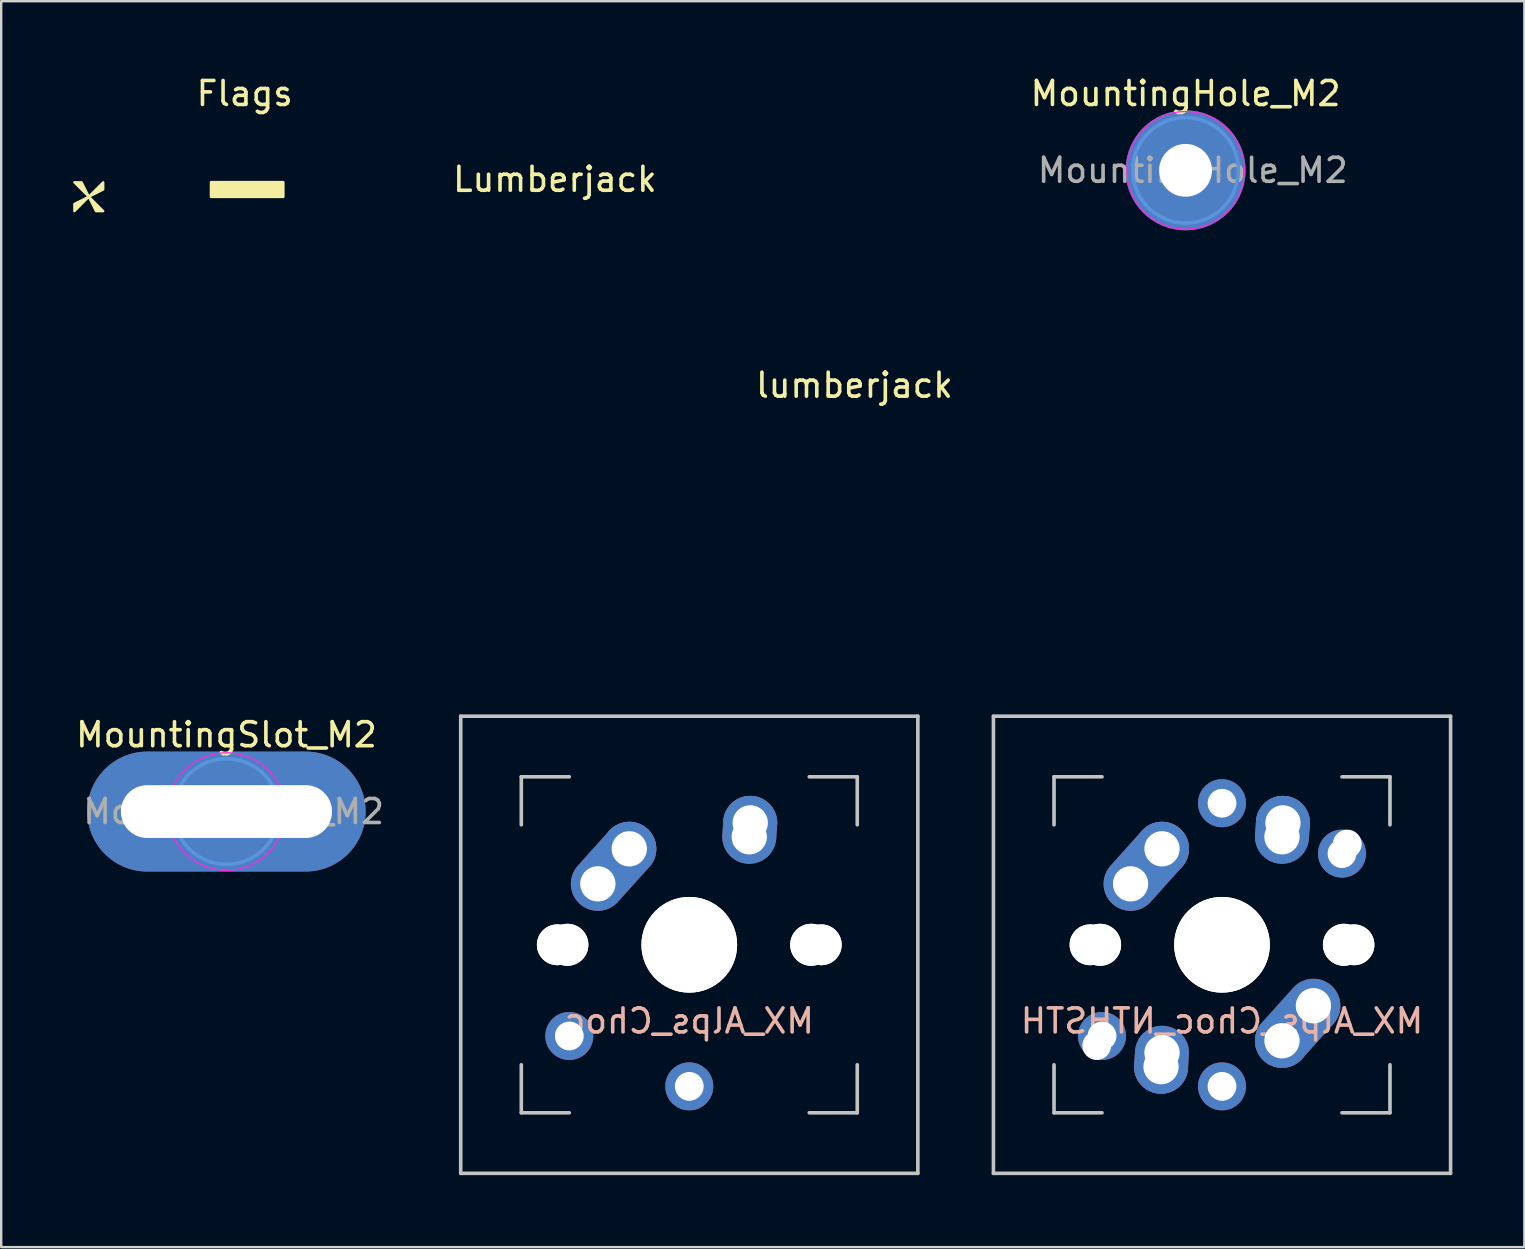
<source format=kicad_pcb>
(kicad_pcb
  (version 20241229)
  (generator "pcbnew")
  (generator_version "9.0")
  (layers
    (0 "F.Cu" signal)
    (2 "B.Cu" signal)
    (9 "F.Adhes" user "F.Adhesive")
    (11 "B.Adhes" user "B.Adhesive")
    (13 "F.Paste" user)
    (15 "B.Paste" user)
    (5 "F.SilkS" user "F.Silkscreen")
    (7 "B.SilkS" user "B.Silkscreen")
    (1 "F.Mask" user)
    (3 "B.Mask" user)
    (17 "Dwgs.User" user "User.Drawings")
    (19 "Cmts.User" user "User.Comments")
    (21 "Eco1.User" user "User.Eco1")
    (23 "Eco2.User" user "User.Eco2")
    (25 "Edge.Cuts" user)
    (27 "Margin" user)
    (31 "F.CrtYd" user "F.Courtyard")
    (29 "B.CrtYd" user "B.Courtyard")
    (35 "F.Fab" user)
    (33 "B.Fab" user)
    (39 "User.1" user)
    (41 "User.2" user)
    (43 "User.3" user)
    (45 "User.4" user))
  (footprint "MX_Alps_Choc"
    (layer "F.Cu")
    (at 25.674 36.322)
    (property "Reference" "MX_Alps_Choc" (at 0 3.175 0) (layer "B.SilkS") (effects (font (size 1 1) (thickness 0.15)) (justify mirror)))
    (attr through_hole)
    (fp_line (start -9.525 -9.525) (end 9.525 -9.525) (stroke (width 0.15) (type solid)) (layer "Dwgs.User"))
    (fp_line (start -9.525 9.525) (end -9.525 -9.525) (stroke (width 0.15) (type solid)) (layer "Dwgs.User"))
    (fp_line (start -7 -7) (end -7 -5) (stroke (width 0.15) (type solid)) (layer "Dwgs.User"))
    (fp_line (start -7 5) (end -7 7) (stroke (width 0.15) (type solid)) (layer "Dwgs.User"))
    (fp_line (start -7 7) (end -5 7) (stroke (width 0.15) (type solid)) (layer "Dwgs.User"))
    (fp_line (start -5 -7) (end -7 -7) (stroke (width 0.15) (type solid)) (layer "Dwgs.User"))
    (fp_line (start 5 -7) (end 7 -7) (stroke (width 0.15) (type solid)) (layer "Dwgs.User"))
    (fp_line (start 5 7) (end 7 7) (stroke (width 0.15) (type solid)) (layer "Dwgs.User"))
    (fp_line (start 7 -7) (end 7 -5) (stroke (width 0.15) (type solid)) (layer "Dwgs.User"))
    (fp_line (start 7 7) (end 7 5) (stroke (width 0.15) (type solid)) (layer "Dwgs.User"))
    (fp_line (start 9.525 -9.525) (end 9.525 9.525) (stroke (width 0.15) (type solid)) (layer "Dwgs.User"))
    (fp_line (start 9.525 9.525) (end -9.525 9.525) (stroke (width 0.15) (type solid)) (layer "Dwgs.User"))
    (pad "" np_thru_hole circle (at -5.5 0 48.1) (size 1.7 1.7) (drill 1.7) (layers "*.Cu" "*.Mask"))
    (pad "" np_thru_hole circle (at -5.5 0 228.1) (size 1.7 1.7) (drill 1.7) (layers "*.Cu" "*.Mask"))
    (pad "" np_thru_hole circle (at -5.08 0 48.1) (size 1.75 1.75) (drill 1.75) (layers "*.Cu" "*.Mask"))
    (pad "" np_thru_hole circle (at -5.08 0 228.1) (size 1.75 1.75) (drill 1.75) (layers "*.Cu" "*.Mask"))
    (pad "" np_thru_hole circle (at 0 0) (size 3.988 3.988) (drill 3.988) (layers "*.Cu" "*.Mask"))
    (pad "" np_thru_hole circle (at 0 0 180) (size 3.988 3.988) (drill 3.988) (layers "*.Cu" "*.Mask"))
    (pad "" np_thru_hole circle (at 5.08 0 228.1) (size 1.75 1.75) (drill 1.75) (layers "*.Cu" "*.Mask"))
    (pad "" np_thru_hole circle (at 5.08 0 48.1) (size 1.75 1.75) (drill 1.75) (layers "*.Cu" "*.Mask"))
    (pad "" np_thru_hole circle (at 5.5 0 228.1) (size 1.7 1.7) (drill 1.7) (layers "*.Cu" "*.Mask"))
    (pad "" np_thru_hole circle (at 5.5 0 48.1) (size 1.7 1.7) (drill 1.7) (layers "*.Cu" "*.Mask"))
    (pad "1" thru_hole circle (at -5 3.8 180) (size 2 2) (drill 1.2) (layers "*.Cu" "*.Mask"))
    (pad "1" thru_hole oval (at 2.5 -4.5 86.1) (size 2.831 2.25) (drill 1.47 (offset 0.291 0)) (layers "*.Cu" "*.Mask"))
    (pad "1" thru_hole circle (at 2.54 -5.08) (size 2.25 2.25) (drill 1.47) (layers "*.Cu" "*.Mask"))
    (pad "2" thru_hole oval (at -3.81 -2.54 48.1) (size 4.212 2.25) (drill 1.47 (offset 0.981 0)) (layers "*.Cu" "*.Mask"))
    (pad "2" thru_hole circle (at -2.5 -4) (size 2.25 2.25) (drill 1.47) (layers "*.Cu" "*.Mask"))
    (pad "2" thru_hole circle (at 0 5.9 180) (size 2 2) (drill 1.2) (layers "*.Cu" "*.Mask")))
  (footprint "MountingHole_M2"
    (layer "F.Cu")
    (at 46.356 4.048)
    (property "Reference" "MountingHole_M2" (at 0 -3.2 0) (layer "F.SilkS") (effects (font (size 1 1) (thickness 0.15))))
    (attr exclude_from_pos_files exclude_from_bom)
    (fp_circle (center 0 0) (end 2.2 0) (stroke (width 0.15) (type solid)) (fill no) (layer "Cmts.User"))
    (fp_circle (center 0 0) (end 2.45 0) (stroke (width 0.05) (type solid)) (fill no) (layer "F.CrtYd"))
    (fp_text user "${REFERENCE}" (at 0.3 0 0) (layer "F.Fab") (effects (font (size 1 1) (thickness 0.15))))
    (pad "" np_thru_hole circle (at 0 0) (size 5 5) (drill 2.2) (layers "*.Cu" "*.Mask")))
  (footprint "MX_Alps_Choc_NTHSTH"
    (layer "F.Cu")
    (at 47.874 36.322)
    (property "Reference" "MX_Alps_Choc_NTHSTH" (at 0 3.175 0) (layer "B.SilkS") (effects (font (size 1 1) (thickness 0.15)) (justify mirror)))
    (attr through_hole)
    (fp_line (start -9.525 -9.525) (end 9.525 -9.525) (stroke (width 0.15) (type solid)) (layer "Dwgs.User"))
    (fp_line (start -9.525 9.525) (end -9.525 -9.525) (stroke (width 0.15) (type solid)) (layer "Dwgs.User"))
    (fp_line (start -7 -7) (end -7 -5) (stroke (width 0.15) (type solid)) (layer "Dwgs.User"))
    (fp_line (start -7 5) (end -7 7) (stroke (width 0.15) (type solid)) (layer "Dwgs.User"))
    (fp_line (start -7 7) (end -5 7) (stroke (width 0.15) (type solid)) (layer "Dwgs.User"))
    (fp_line (start -5 -7) (end -7 -7) (stroke (width 0.15) (type solid)) (layer "Dwgs.User"))
    (fp_line (start 5 -7) (end 7 -7) (stroke (width 0.15) (type solid)) (layer "Dwgs.User"))
    (fp_line (start 5 7) (end 7 7) (stroke (width 0.15) (type solid)) (layer "Dwgs.User"))
    (fp_line (start 7 -7) (end 7 -5) (stroke (width 0.15) (type solid)) (layer "Dwgs.User"))
    (fp_line (start 7 7) (end 7 5) (stroke (width 0.15) (type solid)) (layer "Dwgs.User"))
    (fp_line (start 9.525 -9.525) (end 9.525 9.525) (stroke (width 0.15) (type solid)) (layer "Dwgs.User"))
    (fp_line (start 9.525 9.525) (end -9.525 9.525) (stroke (width 0.15) (type solid)) (layer "Dwgs.User"))
    (pad "" np_thru_hole circle (at -5.5 0 228.1) (size 1.7 1.7) (drill 1.7) (layers "*.Cu" "*.Mask"))
    (pad "" np_thru_hole circle (at -5.5 0 48.1) (size 1.7 1.7) (drill 1.7) (layers "*.Cu" "*.Mask"))
    (pad "" np_thru_hole circle (at -5.22 4.2 48.1) (size 1.2 1.2) (drill 1.2) (layers "*.Cu" "*.Mask"))
    (pad "" np_thru_hole circle (at -5.08 0 228.1) (size 1.75 1.75) (drill 1.75) (layers "*.Cu" "*.Mask"))
    (pad "" np_thru_hole circle (at -5.08 0 48.1) (size 1.75 1.75) (drill 1.75) (layers "*.Cu" "*.Mask"))
    (pad "" np_thru_hole circle (at 0 0) (size 3.988 3.988) (drill 3.988) (layers "*.Cu" "*.Mask"))
    (pad "" np_thru_hole circle (at 0 0 180) (size 3.988 3.988) (drill 3.988) (layers "*.Cu" "*.Mask"))
    (pad "" np_thru_hole circle (at 5.08 0 48.1) (size 1.75 1.75) (drill 1.75) (layers "*.Cu" "*.Mask"))
    (pad "" np_thru_hole circle (at 5.08 0 228.1) (size 1.75 1.75) (drill 1.75) (layers "*.Cu" "*.Mask"))
    (pad "" np_thru_hole circle (at 5.22 -4.2 228.1) (size 1.2 1.2) (drill 1.2) (layers "*.Cu" "*.Mask"))
    (pad "" np_thru_hole circle (at 5.5 0 48.1) (size 1.7 1.7) (drill 1.7) (layers "*.Cu" "*.Mask"))
    (pad "" np_thru_hole circle (at 5.5 0 228.1) (size 1.7 1.7) (drill 1.7) (layers "*.Cu" "*.Mask"))
    (pad "1" thru_hole circle (at -5 3.8 180) (size 2 2) (drill 1.2) (layers "*.Cu" "*.Mask"))
    (pad "1" thru_hole circle (at -2.54 5.08 180) (size 2.25 2.25) (drill 1.47) (layers "*.Cu" "*.Mask"))
    (pad "1" thru_hole oval (at -2.5 4.5 266.1) (size 2.831 2.25) (drill 1.47 (offset 0.291 0)) (layers "*.Cu" "*.Mask"))
    (pad "1" thru_hole oval (at 2.5 -4.5 86.1) (size 2.831 2.25) (drill 1.47 (offset 0.291 0)) (layers "*.Cu" "*.Mask"))
    (pad "1" thru_hole circle (at 2.54 -5.08) (size 2.25 2.25) (drill 1.47) (layers "*.Cu" "*.Mask"))
    (pad "1" thru_hole circle (at 5 -3.8) (size 2 2) (drill 1.2) (layers "*.Cu" "*.Mask"))
    (pad "2" thru_hole oval (at -3.81 -2.54 48.1) (size 4.212 2.25) (drill 1.47 (offset 0.981 0)) (layers "*.Cu" "*.Mask"))
    (pad "2" thru_hole circle (at -2.5 -4) (size 2.25 2.25) (drill 1.47) (layers "*.Cu" "*.Mask"))
    (pad "2" thru_hole circle (at 0 -5.9) (size 2 2) (drill 1.2) (layers "*.Cu" "*.Mask"))
    (pad "2" thru_hole circle (at 0 5.9 180) (size 2 2) (drill 1.2) (layers "*.Cu" "*.Mask"))
    (pad "2" thru_hole circle (at 2.5 4 180) (size 2.25 2.25) (drill 1.47) (layers "*.Cu" "*.Mask"))
    (pad "2" thru_hole oval (at 3.81 2.54 228.1) (size 4.212 2.25) (drill 1.47 (offset 0.981 0)) (layers "*.Cu" "*.Mask")))
  (footprint "Lumberjack"
    (layer "F.Cu")
    (at 20.073 1.448)
    (property "Reference" "Lumberjack" (at 0 2.975 0) (layer "F.SilkS") (effects (font (size 1 1) (thickness 0.15))))
    (attr through_hole)
    (fp_line (start -3.5 0.01) (end 3.2 0) (stroke (width 0.25) (type solid)) (layer "F.Mask"))
    (fp_text user "LUMBER" (at -0.1 -0.6 0) (layer "F.Mask") (effects (font (size 1 1) (thickness 0.15))))
    (fp_text user "JACK" (at -0.19 1.2 0) (layer "F.Mask") (effects (font (size 2 2) (thickness 0.25)))))
  (footprint "Flags"
    (layer "F.Cu")
    (at 7.15 5.248)
    (property "Reference" "Flags" (at 0 -4.4 0) (layer "F.SilkS") (effects (font (size 1 1) (thickness 0.15))))
    (attr through_hole)
    (fp_line (start -1.4 -0.7) (end 1.6 -0.7) (stroke (width 0.12) (type solid)) (layer "F.Mask"))
    (fp_line (start -1.4 1.1) (end -1.4 -0.7) (stroke (width 0.12) (type solid)) (layer "F.Mask"))
    (fp_line (start 1.6 -0.7) (end 1.6 1.1) (stroke (width 0.12) (type solid)) (layer "F.Mask"))
    (fp_line (start 1.6 1.1) (end -1.4 1.1) (stroke (width 0.12) (type solid)) (layer "F.Mask"))
    (fp_circle (center 3.4 0.2) (end 3.541 0.2) (stroke (width 0.12) (type solid)) (fill no) (layer "F.Mask"))
    (fp_circle (center 3.5 -0.1) (end 3.641 -0.1) (stroke (width 0.12) (type solid)) (fill no) (layer "F.Mask"))
    (fp_circle (center 3.5 0.5) (end 3.641 0.5) (stroke (width 0.12) (type solid)) (fill no) (layer "F.Mask"))
    (fp_circle (center 3.7 -0.3) (end 3.841 -0.3) (stroke (width 0.12) (type solid)) (fill no) (layer "F.Mask"))
    (fp_circle (center 3.7 0.7) (end 3.841 0.7) (stroke (width 0.12) (type solid)) (fill no) (layer "F.Mask"))
    (fp_circle (center 4 -0.4) (end 4.141 -0.4) (stroke (width 0.12) (type solid)) (fill no) (layer "F.Mask"))
    (fp_circle (center 4 0.2) (end 4.224 0.2) (stroke (width 0.5) (type solid)) (fill no) (layer "F.Mask"))
    (fp_circle (center 4 0.2) (end 4.7 0.5) (stroke (width 0.16) (type solid)) (fill no) (layer "F.Mask"))
    (fp_circle (center 4 0.8) (end 4.141 0.8) (stroke (width 0.12) (type solid)) (fill no) (layer "F.Mask"))
    (fp_circle (center 4.3 -0.3) (end 4.441 -0.3) (stroke (width 0.12) (type solid)) (fill no) (layer "F.Mask"))
    (fp_circle (center 4.3 0.7) (end 4.441 0.7) (stroke (width 0.12) (type solid)) (fill no) (layer "F.Mask"))
    (fp_circle (center 4.5 -0.1) (end 4.641 -0.1) (stroke (width 0.12) (type solid)) (fill no) (layer "F.Mask"))
    (fp_circle (center 4.5 0.5) (end 4.641 0.5) (stroke (width 0.12) (type solid)) (fill no) (layer "F.Mask"))
    (fp_circle (center 4.6 0.2) (end 4.741 0.2) (stroke (width 0.12) (type solid)) (fill no) (layer "F.Mask"))
    (fp_poly (pts (xy 1.6 1.1) (xy -1.4 1.1) (xy -1.4 0.6) (xy 1.6 0.6)) (stroke (width 0.1) (type solid)) (fill yes) (layer "F.Mask"))
    (fp_poly (pts (xy -6.1 0.7) (xy -6.1 1.1) (xy -6.9 1.1) (xy -6.9 0.7) (xy -6.6 -0.2) (xy -6.4 -0.2)) (stroke (width 0.1) (type solid)) (fill yes) (layer "F.Mask"))
    (fp_poly (pts (xy 4 -0.6) (xy 3.8 -0.6) (xy 3.4 -0.4) (xy 3.2 0) (xy 3.2 0.4) (xy 3.4 0.8) (xy 3.7 1) (xy 4 1) (xy 4 1.1) (xy 2.5 1.1) (xy 2.5 -0.7) (xy 4 -0.7)) (stroke (width 0.12) (type solid)) (fill yes) (layer "F.Mask"))
    (fp_poly (pts (xy 4 1) (xy 4.2 1) (xy 4.6 0.8) (xy 4.8 0.4) (xy 4.8 0) (xy 4.6 -0.4) (xy 4.3 -0.6) (xy 4 -0.6) (xy 4 -0.7) (xy 5.5 -0.7) (xy 5.5 1.1) (xy 4 1.1)) (stroke (width 0.12) (type solid)) (fill yes) (layer "F.Mask"))
    (fp_poly (pts (xy -6.5 -0.1) (xy -7.1 -0.7) (xy -6.8 -0.7)) (stroke (width 0.1) (type solid)) (fill yes) (layer "F.SilkS"))
    (fp_poly (pts (xy -6.5 -0.1) (xy -7.1 0.5) (xy -7.1 0.2)) (stroke (width 0.1) (type solid)) (fill yes) (layer "F.SilkS"))
    (fp_poly (pts (xy -6.5 -0.1) (xy -5.9 -0.7) (xy -5.9 -0.4)) (stroke (width 0.1) (type solid)) (fill yes) (layer "F.SilkS"))
    (fp_poly (pts (xy -6.5 -0.1) (xy -5.9 0.5) (xy -6.2 0.5)) (stroke (width 0.1) (type solid)) (fill yes) (layer "F.SilkS"))
    (fp_poly (pts (xy 1.6 -0.1) (xy -1.4 -0.1) (xy -1.4 -0.7) (xy 1.6 -0.7)) (stroke (width 0.12) (type solid)) (fill yes) (layer "F.SilkS"))
    (fp_text user "NL" (at -3.7 0.3 0) (layer "F.Mask") (effects (font (size 1.6 1.6) (thickness 0.3)))))
  (footprint "MountingSlot_M2"
    (layer "F.Cu")
    (at 6.387 30.77)
    (property "Reference" "MountingSlot_M2" (at 0 -3.2 0) (layer "F.SilkS") (effects (font (size 1 1) (thickness 0.15))))
    (attr exclude_from_pos_files exclude_from_bom)
    (fp_circle (center 0 0) (end 2.2 0) (stroke (width 0.15) (type solid)) (fill no) (layer "Cmts.User"))
    (fp_circle (center 0 0) (end 2.45 0) (stroke (width 0.05) (type solid)) (fill no) (layer "F.CrtYd"))
    (fp_text user "${REFERENCE}" (at 0.3 0 0) (layer "F.Fab") (effects (font (size 1 1) (thickness 0.15))))
    (pad "" np_thru_hole oval (at 0 0) (size 11.6 5) (drill oval 8.8 2.2) (layers "*.Cu" "*.Mask")))
  (footprint "lumberjack"
    (layer "F.Cu")
    (at 32.558 11.988)
    (property "Reference" "lumberjack" (at 0 1.016 0) (layer "F.SilkS") (effects (font (size 1 1) (thickness 0.15))))
    (attr through_hole)
    (fp_poly (pts (xy -5.072 -11.938) (xy -4.072 -11.938) (xy -4.072 11.684) (xy -5.072 11.684)) (stroke (width 0.1) (type solid)) (fill yes) (layer "F.Mask"))
    (fp_poly (pts (xy -3.04 -11.938) (xy -2.04 -11.938) (xy -2.04 11.684) (xy -3.04 11.684)) (stroke (width 0.1) (type solid)) (fill yes) (layer "F.Mask"))
    (fp_poly (pts (xy -1.008 -11.938) (xy -0.008 -11.938) (xy 0 11.684) (xy -1 11.684)) (stroke (width 0.1) (type solid)) (fill yes) (layer "F.Mask"))
    (fp_poly (pts (xy 1.024 -11.938) (xy 2.024 -11.938) (xy 2.024 11.684) (xy 1.024 11.684)) (stroke (width 0.1) (type solid)) (fill yes) (layer "F.Mask"))
    (fp_poly (pts (xy 3.064 -11.938) (xy 4.064 -11.938) (xy 4.064 11.684) (xy 3.064 11.684)) (stroke (width 0.1) (type solid)) (fill yes) (layer "F.Mask")))
  (gr_rect
    (start -3 -3)
    (end 60.474 48.922)
    (stroke (width 0.1) (type default))
    (fill no)
    (layer "Edge.Cuts")))
</source>
